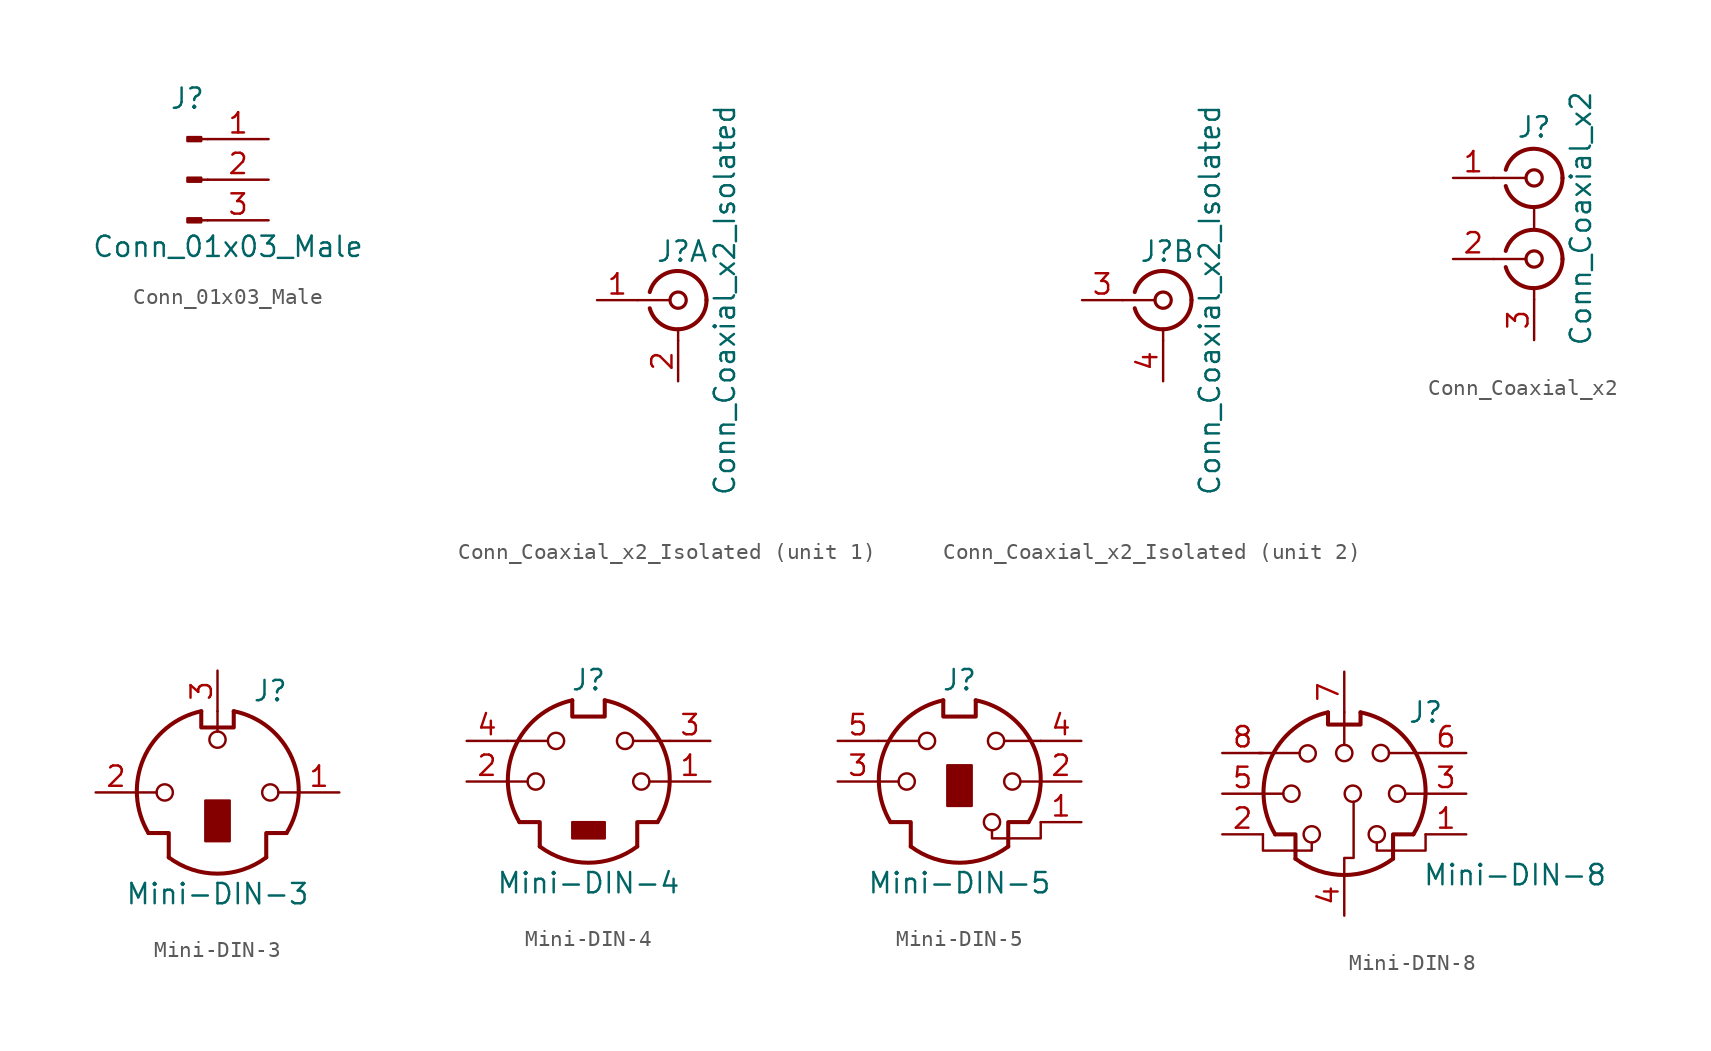
<source format=kicad_sym>
(kicad_symbol_lib
  (version 20211014)
  (generator kicad_symbol_editor)
  (symbol "Conn_01x03_Male"
    (pin_names
      (offset 1.016) hide)
    (property "Reference" "J"
      (at 0 5.08 0)
      (effects (font (size 1.27 1.27))))
    (property "Value" "Conn_01x03_Male"
      (at 2.54 -4.191 0)
      (effects (font (size 1.27 1.27))))
    (symbol "Conn_01x03_Male_1_1"
      (polyline (pts (xy 1.27 -2.54) (xy 0.864 -2.54)) (stroke (width 0.152) (type default) (color 0 0 0 0)) (fill (type none)))
      (polyline (pts (xy 1.27 0) (xy 0.864 0)) (stroke (width 0.152) (type default) (color 0 0 0 0)) (fill (type none)))
      (polyline (pts (xy 1.27 2.54) (xy 0.864 2.54)) (stroke (width 0.152) (type default) (color 0 0 0 0)) (fill (type none)))
      (rectangle (start 0.864 -2.413) (end 0 -2.667) (stroke (width 0.152) (type default) (color 0 0 0 0)) (fill (type outline)))
      (rectangle (start 0.864 0.127) (end 0 -0.127) (stroke (width 0.152) (type default) (color 0 0 0 0)) (fill (type outline)))
      (rectangle (start 0.864 2.667) (end 0 2.413) (stroke (width 0.152) (type default) (color 0 0 0 0)) (fill (type outline)))
      (pin passive line (at 5.08 2.54 180) (length 3.81) (name "Pin_1" (effects (font (size 1.27 1.27)))) (number "1" (effects (font (size 1.27 1.27)))))
      (pin passive line (at 5.08 0 180) (length 3.81) (name "Pin_2" (effects (font (size 1.27 1.27)))) (number "2" (effects (font (size 1.27 1.27)))))
      (pin passive line (at 5.08 -2.54 180) (length 3.81) (name "Pin_3" (effects (font (size 1.27 1.27)))) (number "3" (effects (font (size 1.27 1.27)))))))
  (symbol "Conn_Coaxial_x2_Isolated"
    (pin_names
      (offset 1.016) hide)
    (property "Reference" "J"
      (at 0.254 3.048 0)
      (effects (font (size 1.27 1.27))))
    (property "Value" "Conn_Coaxial_x2_Isolated"
      (at 2.921 0 90)
      (effects (font (size 1.27 1.27))))
    (symbol "Conn_Coaxial_x2_Isolated_0_1"
      (arc (start -1.778 -0.508) (mid 0.222 -1.808) (end 1.778 0) (stroke (width 0.254) (type default) (color 0 0 0 0)) (fill (type none)))
      (polyline (pts (xy -2.54 0) (xy -0.508 0)) (stroke (width 0) (type default) (color 0 0 0 0)) (fill (type none)))
      (polyline (pts (xy 0 -2.54) (xy 0 -1.778)) (stroke (width 0) (type default) (color 0 0 0 0)) (fill (type none)))
      (circle (center 0 0) (radius 0.508) (stroke (width 0.203) (type default) (color 0 0 0 0)) (fill (type none)))
      (arc (start 1.778 0) (mid 0.222 1.8083) (end -1.778 0.508) (stroke (width 0.254) (type default) (color 0 0 0 0)) (fill (type none))))
    (symbol "Conn_Coaxial_x2_Isolated_1_1"
      (pin passive line (at -5.08 0 0) (length 2.54) (name "In1" (effects (font (size 1.27 1.27)))) (number "1" (effects (font (size 1.27 1.27)))))
      (pin passive line (at 0 -5.08 90) (length 2.54) (name "Ext1" (effects (font (size 1.27 1.27)))) (number "2" (effects (font (size 1.27 1.27))))))
    (symbol "Conn_Coaxial_x2_Isolated_2_1"
      (pin passive line (at -5.08 0 0) (length 2.54) (name "In2" (effects (font (size 1.27 1.27)))) (number "3" (effects (font (size 1.27 1.27)))))
      (pin passive line (at 0 -5.08 90) (length 2.54) (name "Ext2" (effects (font (size 1.27 1.27)))) (number "4" (effects (font (size 1.27 1.27)))))))
  (symbol "Conn_Coaxial_x2"
    (pin_names
      (offset 1.016) hide)
    (property "Reference" "J"
      (at 0 5.715 0)
      (effects (font (size 1.27 1.27))))
    (property "Value" "Conn_Coaxial_x2"
      (at 2.921 0 90)
      (effects (font (size 1.27 1.27))))
    (symbol "Conn_Coaxial_x2_0_1"
      (arc (start -1.778 -3.048) (mid 0.222 -4.348) (end 1.778 -2.54) (stroke (width 0.254) (type default) (color 0 0 0 0)) (fill (type none)))
      (arc (start -1.778 2.032) (mid 0.222 0.732) (end 1.778 2.54) (stroke (width 0.254) (type default) (color 0 0 0 0)) (fill (type none)))
      (circle (center 0 -2.54) (radius 0.508) (stroke (width 0.203) (type default) (color 0 0 0 0)) (fill (type none)))
      (polyline (pts (xy -2.54 -2.54) (xy -0.508 -2.54)) (stroke (width 0) (type default) (color 0 0 0 0)) (fill (type none)))
      (polyline (pts (xy -2.54 2.54) (xy -0.508 2.54)) (stroke (width 0) (type default) (color 0 0 0 0)) (fill (type none)))
      (polyline (pts (xy 0 -5.08) (xy 0 -4.318)) (stroke (width 0) (type default) (color 0 0 0 0)) (fill (type none)))
      (polyline (pts (xy 0 0.762) (xy 0 -0.635)) (stroke (width 0) (type default) (color 0 0 0 0)) (fill (type none)))
      (circle (center 0 2.54) (radius 0.508) (stroke (width 0.203) (type default) (color 0 0 0 0)) (fill (type none)))
      (arc (start 1.778 -2.54) (mid 0.222 -0.7317) (end -1.778 -2.032) (stroke (width 0.254) (type default) (color 0 0 0 0)) (fill (type none)))
      (arc (start 1.778 2.54) (mid 0.222 4.3483) (end -1.778 3.048) (stroke (width 0.254) (type default) (color 0 0 0 0)) (fill (type none))))
    (symbol "Conn_Coaxial_x2_1_1"
      (pin passive line (at -5.08 2.54 0) (length 2.54) (name "IN1" (effects (font (size 1.27 1.27)))) (number "1" (effects (font (size 1.27 1.27)))))
      (pin passive line (at -5.08 -2.54 0) (length 2.54) (name "IN2" (effects (font (size 1.27 1.27)))) (number "2" (effects (font (size 1.27 1.27)))))
      (pin passive line (at 0 -7.62 90) (length 2.54) (name "EXT" (effects (font (size 1.27 1.27)))) (number "3" (effects (font (size 1.27 1.27)))))))
  (symbol "Mini-DIN-3"
    (pin_names
      (offset 1.016))
    (property "Reference" "J"
      (at 3.302 6.35 0)
      (effects (font (size 1.27 1.27))))
    (property "Value" "Mini-DIN-3"
      (at 0 -6.35 0)
      (effects (font (size 1.27 1.27))))
    (symbol "Mini-DIN-3_0_1"
      (circle (center -3.302 0) (radius 0.508) (stroke (width 0) (type default) (color 0 0 0 0)) (fill (type none)))
      (arc (start -3.048 -4.064) (mid 0 -5.08) (end 3.048 -4.064) (stroke (width 0.254) (type default) (color 0 0 0 0)) (fill (type none)))
      (arc (start -1.016 5.08) (mid -4.6243 2.1182) (end -4.318 -2.54) (stroke (width 0.254) (type default) (color 0 0 0 0)) (fill (type none)))
      (rectangle (start -0.762 -0.508) (end 0.762 -3.048) (stroke (width 0) (type default) (color 0 0 0 0)) (fill (type outline)))
      (polyline (pts (xy -3.81 0) (xy -5.08 0)) (stroke (width 0) (type default) (color 0 0 0 0)) (fill (type none)))
      (polyline (pts (xy 0 3.81) (xy 0 5.08)) (stroke (width 0) (type default) (color 0 0 0 0)) (fill (type none)))
      (polyline (pts (xy 5.08 0) (xy 3.81 0)) (stroke (width 0) (type default) (color 0 0 0 0)) (fill (type none)))
      (polyline (pts (xy -4.318 -2.54) (xy -3.048 -2.54) (xy -3.048 -4.064)) (stroke (width 0.254) (type default) (color 0 0 0 0)) (fill (type none)))
      (polyline (pts (xy 4.318 -2.54) (xy 3.048 -2.54) (xy 3.048 -4.064)) (stroke (width 0.254) (type default) (color 0 0 0 0)) (fill (type none)))
      (polyline (pts (xy -1.016 5.08) (xy -1.016 4.064) (xy 1.016 4.064) (xy 1.016 5.08)) (stroke (width 0.254) (type default) (color 0 0 0 0)) (fill (type none)))
      (circle (center 0 3.302) (radius 0.508) (stroke (width 0) (type default) (color 0 0 0 0)) (fill (type none)))
      (circle (center 3.302 0) (radius 0.508) (stroke (width 0) (type default) (color 0 0 0 0)) (fill (type none)))
      (arc (start 4.318 -2.54) (mid 4.6646 2.1357) (end 1.016 5.08) (stroke (width 0.254) (type default) (color 0 0 0 0)) (fill (type none))))
    (symbol "Mini-DIN-3_1_1"
      (pin passive line (at 7.62 0 180) (length 2.54) (name "~" (effects (font (size 1.27 1.27)))) (number "1" (effects (font (size 1.27 1.27)))))
      (pin passive line (at -7.62 0 0) (length 2.54) (name "~" (effects (font (size 1.27 1.27)))) (number "2" (effects (font (size 1.27 1.27)))))
      (pin passive line (at 0 7.62 270) (length 2.54) (name "~" (effects (font (size 1.27 1.27)))) (number "3" (effects (font (size 1.27 1.27)))))))
  (symbol "Mini-DIN-4"
    (pin_names
      (offset 1.016))
    (property "Reference" "J"
      (at 0 6.35 0)
      (effects (font (size 1.27 1.27))))
    (property "Value" "Mini-DIN-4"
      (at 0 -6.35 0)
      (effects (font (size 1.27 1.27))))
    (symbol "Mini-DIN-4_0_1"
      (circle (center -3.302 0) (radius 0.508) (stroke (width 0) (type default) (color 0 0 0 0)) (fill (type none)))
      (arc (start -3.048 -4.064) (mid 0 -5.08) (end 3.048 -4.064) (stroke (width 0.254) (type default) (color 0 0 0 0)) (fill (type none)))
      (circle (center -2.032 2.54) (radius 0.508) (stroke (width 0) (type default) (color 0 0 0 0)) (fill (type none)))
      (rectangle (start -1.016 -2.54) (end 1.016 -3.556) (stroke (width 0) (type default) (color 0 0 0 0)) (fill (type outline)))
      (arc (start -1.016 5.08) (mid -4.6243 2.1182) (end -4.318 -2.54) (stroke (width 0.254) (type default) (color 0 0 0 0)) (fill (type none)))
      (polyline (pts (xy -3.81 0) (xy -5.08 0)) (stroke (width 0) (type default) (color 0 0 0 0)) (fill (type none)))
      (polyline (pts (xy -2.54 2.54) (xy -5.08 2.54)) (stroke (width 0) (type default) (color 0 0 0 0)) (fill (type none)))
      (polyline (pts (xy 2.794 2.54) (xy 5.08 2.54)) (stroke (width 0) (type default) (color 0 0 0 0)) (fill (type none)))
      (polyline (pts (xy 5.08 0) (xy 3.81 0)) (stroke (width 0) (type default) (color 0 0 0 0)) (fill (type none)))
      (polyline (pts (xy -4.318 -2.54) (xy -3.048 -2.54) (xy -3.048 -4.064)) (stroke (width 0.254) (type default) (color 0 0 0 0)) (fill (type none)))
      (polyline (pts (xy 4.318 -2.54) (xy 3.048 -2.54) (xy 3.048 -4.064)) (stroke (width 0.254) (type default) (color 0 0 0 0)) (fill (type none)))
      (polyline (pts (xy -1.016 5.08) (xy -1.016 4.064) (xy 1.016 4.064) (xy 1.016 5.08)) (stroke (width 0.254) (type default) (color 0 0 0 0)) (fill (type none)))
      (circle (center 2.286 2.54) (radius 0.508) (stroke (width 0) (type default) (color 0 0 0 0)) (fill (type none)))
      (circle (center 3.302 0) (radius 0.508) (stroke (width 0) (type default) (color 0 0 0 0)) (fill (type none)))
      (arc (start 4.318 -2.54) (mid 4.6646 2.1357) (end 1.016 5.08) (stroke (width 0.254) (type default) (color 0 0 0 0)) (fill (type none))))
    (symbol "Mini-DIN-4_1_1"
      (pin passive line (at 7.62 0 180) (length 2.54) (name "~" (effects (font (size 1.27 1.27)))) (number "1" (effects (font (size 1.27 1.27)))))
      (pin passive line (at -7.62 0 0) (length 2.54) (name "~" (effects (font (size 1.27 1.27)))) (number "2" (effects (font (size 1.27 1.27)))))
      (pin passive line (at 7.62 2.54 180) (length 2.54) (name "~" (effects (font (size 1.27 1.27)))) (number "3" (effects (font (size 1.27 1.27)))))
      (pin passive line (at -7.62 2.54 0) (length 2.54) (name "~" (effects (font (size 1.27 1.27)))) (number "4" (effects (font (size 1.27 1.27)))))))
  (symbol "Mini-DIN-5"
    (pin_names
      (offset 1.016))
    (property "Reference" "J"
      (at 0 6.35 0)
      (effects (font (size 1.27 1.27))))
    (property "Value" "Mini-DIN-5"
      (at 0 -6.35 0)
      (effects (font (size 1.27 1.27))))
    (symbol "Mini-DIN-5_0_1"
      (circle (center -3.302 0) (radius 0.508) (stroke (width 0) (type default) (color 0 0 0 0)) (fill (type none)))
      (arc (start -3.048 -4.064) (mid 0 -5.08) (end 3.048 -4.064) (stroke (width 0.254) (type default) (color 0 0 0 0)) (fill (type none)))
      (circle (center -2.032 2.54) (radius 0.508) (stroke (width 0) (type default) (color 0 0 0 0)) (fill (type none)))
      (arc (start -1.016 5.08) (mid -4.6243 2.1182) (end -4.318 -2.54) (stroke (width 0.254) (type default) (color 0 0 0 0)) (fill (type none)))
      (rectangle (start -0.762 1.016) (end 0.762 -1.524) (stroke (width 0) (type default) (color 0 0 0 0)) (fill (type outline)))
      (polyline (pts (xy -3.81 0) (xy -5.08 0)) (stroke (width 0) (type default) (color 0 0 0 0)) (fill (type none)))
      (polyline (pts (xy -2.54 2.54) (xy -5.08 2.54)) (stroke (width 0) (type default) (color 0 0 0 0)) (fill (type none)))
      (polyline (pts (xy 2.794 2.54) (xy 5.08 2.54)) (stroke (width 0) (type default) (color 0 0 0 0)) (fill (type none)))
      (polyline (pts (xy 5.08 0) (xy 3.81 0)) (stroke (width 0) (type default) (color 0 0 0 0)) (fill (type none)))
      (polyline (pts (xy -4.318 -2.54) (xy -3.048 -2.54) (xy -3.048 -4.064)) (stroke (width 0.254) (type default) (color 0 0 0 0)) (fill (type none)))
      (polyline (pts (xy 4.318 -2.54) (xy 3.048 -2.54) (xy 3.048 -4.064)) (stroke (width 0.254) (type default) (color 0 0 0 0)) (fill (type none)))
      (polyline (pts (xy -1.016 5.08) (xy -1.016 4.064) (xy 1.016 4.064) (xy 1.016 5.08)) (stroke (width 0.254) (type default) (color 0 0 0 0)) (fill (type none)))
      (polyline (pts (xy 2.032 -3.048) (xy 2.032 -3.556) (xy 5.08 -3.556) (xy 5.08 -2.54)) (stroke (width 0) (type default) (color 0 0 0 0)) (fill (type none)))
      (circle (center 2.032 -2.54) (radius 0.508) (stroke (width 0) (type default) (color 0 0 0 0)) (fill (type none)))
      (circle (center 2.286 2.54) (radius 0.508) (stroke (width 0) (type default) (color 0 0 0 0)) (fill (type none)))
      (circle (center 3.302 0) (radius 0.508) (stroke (width 0) (type default) (color 0 0 0 0)) (fill (type none)))
      (arc (start 4.318 -2.54) (mid 4.6646 2.1357) (end 1.016 5.08) (stroke (width 0.254) (type default) (color 0 0 0 0)) (fill (type none))))
    (symbol "Mini-DIN-5_1_1"
      (pin passive line (at 7.62 -2.54 180) (length 2.54) (name "~" (effects (font (size 1.27 1.27)))) (number "1" (effects (font (size 1.27 1.27)))))
      (pin passive line (at 7.62 0 180) (length 2.54) (name "~" (effects (font (size 1.27 1.27)))) (number "2" (effects (font (size 1.27 1.27)))))
      (pin passive line (at -7.62 0 0) (length 2.54) (name "~" (effects (font (size 1.27 1.27)))) (number "3" (effects (font (size 1.27 1.27)))))
      (pin passive line (at 7.62 2.54 180) (length 2.54) (name "~" (effects (font (size 1.27 1.27)))) (number "4" (effects (font (size 1.27 1.27)))))
      (pin passive line (at -7.62 2.54 0) (length 2.54) (name "~" (effects (font (size 1.27 1.27)))) (number "5" (effects (font (size 1.27 1.27)))))))
  (symbol "Mini-DIN-8"
    (pin_names
      (offset 1.016))
    (property "Reference" "J"
      (at 5.08 5.08 0)
      (effects (font (size 1.27 1.27))))
    (property "Value" "Mini-DIN-8"
      (at 10.668 -5.08 0)
      (effects (font (size 1.27 1.27))))
    (symbol "Mini-DIN-8_0_1"
      (circle (center -3.302 0) (radius 0.508) (stroke (width 0) (type default) (color 0 0 0 0)) (fill (type none)))
      (arc (start -3.048 -4.064) (mid 0 -5.08) (end 3.048 -4.064) (stroke (width 0.254) (type default) (color 0 0 0 0)) (fill (type none)))
      (circle (center -2.286 2.515) (radius 0.508) (stroke (width 0) (type default) (color 0 0 0 0)) (fill (type none)))
      (circle (center -2.032 -2.54) (radius 0.508) (stroke (width 0) (type default) (color 0 0 0 0)) (fill (type none)))
      (arc (start -1.016 5.08) (mid -4.6243 2.1182) (end -4.318 -2.54) (stroke (width 0.254) (type default) (color 0 0 0 0)) (fill (type none)))
      (polyline (pts (xy -3.81 0) (xy -5.08 0)) (stroke (width 0) (type default) (color 0 0 0 0)) (fill (type none)))
      (polyline (pts (xy -2.794 2.54) (xy -5.334 2.54)) (stroke (width 0) (type default) (color 0 0 0 0)) (fill (type none)))
      (polyline (pts (xy 0 5.105) (xy 0 3.048)) (stroke (width 0) (type default) (color 0 0 0 0)) (fill (type none)))
      (polyline (pts (xy 2.794 2.54) (xy 5.08 2.54)) (stroke (width 0) (type default) (color 0 0 0 0)) (fill (type none)))
      (polyline (pts (xy 5.08 0) (xy 3.81 0)) (stroke (width 0) (type default) (color 0 0 0 0)) (fill (type none)))
      (polyline (pts (xy -4.318 -2.54) (xy -3.048 -2.54) (xy -3.048 -4.064)) (stroke (width 0.254) (type default) (color 0 0 0 0)) (fill (type none)))
      (polyline (pts (xy 4.318 -2.54) (xy 3.048 -2.54) (xy 3.048 -4.064)) (stroke (width 0.254) (type default) (color 0 0 0 0)) (fill (type none)))
      (polyline (pts (xy -2.032 -3.048) (xy -2.032 -3.556) (xy -5.08 -3.556) (xy -5.08 -2.54)) (stroke (width 0) (type default) (color 0 0 0 0)) (fill (type none)))
      (polyline (pts (xy -1.016 5.08) (xy -1.016 4.318) (xy 1.016 4.318) (xy 1.016 5.08)) (stroke (width 0.254) (type default) (color 0 0 0 0)) (fill (type none)))
      (polyline (pts (xy 0.584 -0.508) (xy 0.584 -4.013) (xy 0 -4.013) (xy 0 -5.182)) (stroke (width 0) (type default) (color 0 0 0 0)) (fill (type none)))
      (polyline (pts (xy 2.032 -3.048) (xy 2.032 -3.556) (xy 5.08 -3.556) (xy 5.08 -2.54)) (stroke (width 0) (type default) (color 0 0 0 0)) (fill (type none)))
      (circle (center 0 2.54) (radius 0.508) (stroke (width 0) (type default) (color 0 0 0 0)) (fill (type none)))
      (circle (center 2.032 -2.54) (radius 0.508) (stroke (width 0) (type default) (color 0 0 0 0)) (fill (type none)))
      (circle (center 2.286 2.54) (radius 0.508) (stroke (width 0) (type default) (color 0 0 0 0)) (fill (type none)))
      (circle (center 3.302 0) (radius 0.508) (stroke (width 0) (type default) (color 0 0 0 0)) (fill (type none)))
      (arc (start 4.318 -2.54) (mid 4.6646 2.1357) (end 1.016 5.08) (stroke (width 0.254) (type default) (color 0 0 0 0)) (fill (type none))))
    (symbol "Mini-DIN-8_1_1"
      (circle (center 0.533 0) (radius 0.508) (stroke (width 0) (type default) (color 0 0 0 0)) (fill (type none)))
      (pin passive line (at 7.62 -2.54 180) (length 2.54) (name "~" (effects (font (size 1.27 1.27)))) (number "1" (effects (font (size 1.27 1.27)))))
      (pin passive line (at -7.62 -2.54 0) (length 2.54) (name "~" (effects (font (size 1.27 1.27)))) (number "2" (effects (font (size 1.27 1.27)))))
      (pin passive line (at 7.62 0 180) (length 2.54) (name "~" (effects (font (size 1.27 1.27)))) (number "3" (effects (font (size 1.27 1.27)))))
      (pin passive line (at 0 -7.62 90) (length 2.54) (name "~" (effects (font (size 1.27 1.27)))) (number "4" (effects (font (size 1.27 1.27)))))
      (pin passive line (at -7.62 0 0) (length 2.54) (name "~" (effects (font (size 1.27 1.27)))) (number "5" (effects (font (size 1.27 1.27)))))
      (pin passive line (at 7.62 2.54 180) (length 2.54) (name "~" (effects (font (size 1.27 1.27)))) (number "6" (effects (font (size 1.27 1.27)))))
      (pin passive line (at 0 7.62 270) (length 2.54) (name "~" (effects (font (size 1.27 1.27)))) (number "7" (effects (font (size 1.27 1.27)))))
      (pin passive line (at -7.62 2.54 0) (length 2.54) (name "~" (effects (font (size 1.27 1.27)))) (number "8" (effects (font (size 1.27 1.27))))))))
</source>
